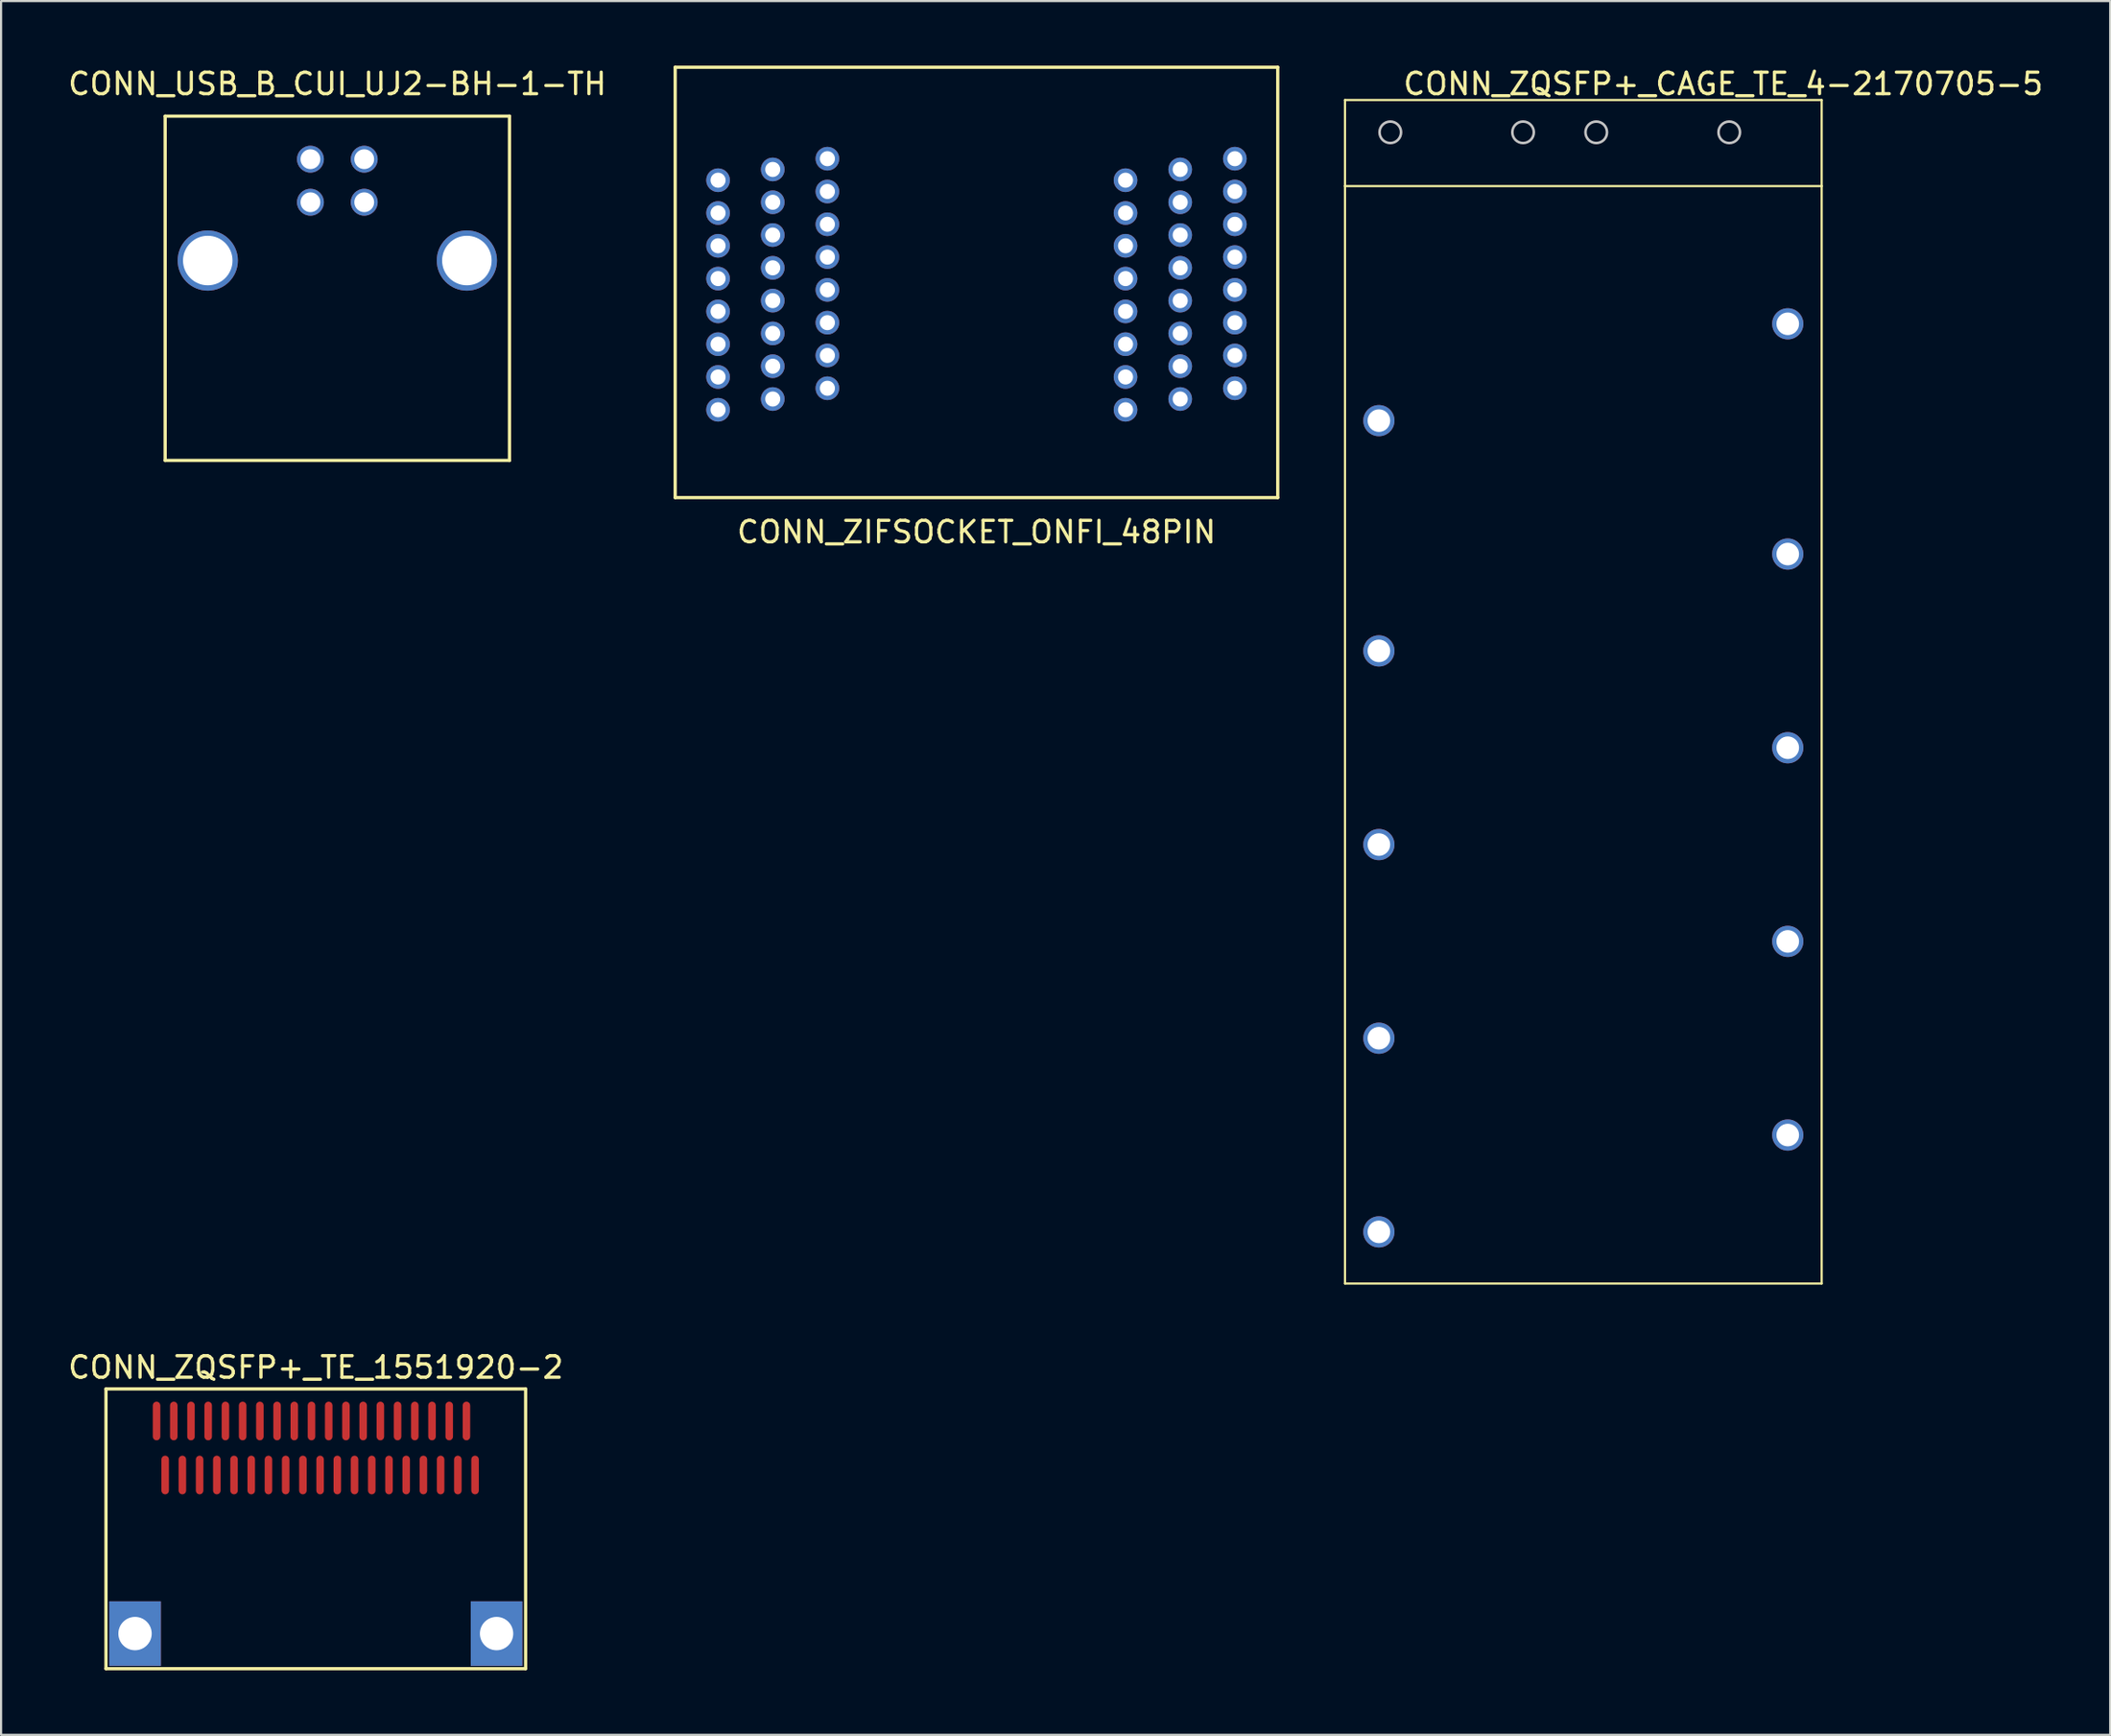
<source format=kicad_pcb>
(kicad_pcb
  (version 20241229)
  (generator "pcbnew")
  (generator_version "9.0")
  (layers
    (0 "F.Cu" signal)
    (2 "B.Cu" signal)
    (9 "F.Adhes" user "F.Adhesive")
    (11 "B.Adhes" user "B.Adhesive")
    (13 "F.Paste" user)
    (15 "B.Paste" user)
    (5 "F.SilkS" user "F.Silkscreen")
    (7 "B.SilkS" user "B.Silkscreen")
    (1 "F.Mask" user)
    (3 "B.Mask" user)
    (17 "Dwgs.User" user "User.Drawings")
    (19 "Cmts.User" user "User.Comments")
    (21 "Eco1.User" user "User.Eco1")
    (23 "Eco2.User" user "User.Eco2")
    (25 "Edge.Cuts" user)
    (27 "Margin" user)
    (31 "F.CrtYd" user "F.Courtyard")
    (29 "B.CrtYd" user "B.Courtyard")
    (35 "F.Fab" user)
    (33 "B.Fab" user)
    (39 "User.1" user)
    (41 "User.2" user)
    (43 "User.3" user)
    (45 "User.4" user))
  (footprint "CONN_ZQSFP+_TE_1551920-2"
    (layer "F.Cu")
    (at 11.625 72.867)
    (property "Reference" "CONN_ZQSFP+_TE_1551920-2" (at 0 -12.37 0) (layer "F.SilkS") (effects (font (size 1 1) (thickness 0.15))))
    (attr smd)
    (fp_line (start -9.75 -11.37) (end -9.75 1.63) (stroke (width 0.15) (type solid)) (layer "F.SilkS"))
    (fp_line (start -9.75 1.63) (end 9.75 1.63) (stroke (width 0.15) (type solid)) (layer "F.SilkS"))
    (fp_line (start 9.75 -11.37) (end -9.75 -11.37) (stroke (width 0.15) (type solid)) (layer "F.SilkS"))
    (fp_line (start 9.75 1.63) (end 9.75 -11.37) (stroke (width 0.15) (type solid)) (layer "F.SilkS"))
    (pad "" thru_hole rect (at -8.4 0) (size 2.4 3) (drill 1.55) (layers "*.Cu" "*.Mask"))
    (pad "" thru_hole rect (at 8.4 0) (size 2.4 3) (drill 1.55) (layers "*.Cu" "*.Mask"))
    (pad "1" smd roundrect (at -7 -7.37) (size 0.35 1.8) (layers "F.Cu" "F.Mask" "F.Paste") (roundrect_rratio 0.5))
    (pad "2" smd roundrect (at -6.2 -7.37) (size 0.35 1.8) (layers "F.Cu" "F.Mask" "F.Paste") (roundrect_rratio 0.5))
    (pad "3" smd roundrect (at -5.4 -7.37) (size 0.35 1.8) (layers "F.Cu" "F.Mask" "F.Paste") (roundrect_rratio 0.5))
    (pad "4" smd roundrect (at -4.6 -7.37) (size 0.35 1.8) (layers "F.Cu" "F.Mask" "F.Paste") (roundrect_rratio 0.5))
    (pad "5" smd roundrect (at -3.8 -7.37) (size 0.35 1.8) (layers "F.Cu" "F.Mask" "F.Paste") (roundrect_rratio 0.5))
    (pad "6" smd roundrect (at -3 -7.37) (size 0.35 1.8) (layers "F.Cu" "F.Mask" "F.Paste") (roundrect_rratio 0.5))
    (pad "7" smd roundrect (at -2.2 -7.37) (size 0.35 1.8) (layers "F.Cu" "F.Mask" "F.Paste") (roundrect_rratio 0.5))
    (pad "8" smd roundrect (at -1.4 -7.37) (size 0.35 1.8) (layers "F.Cu" "F.Mask" "F.Paste") (roundrect_rratio 0.5))
    (pad "9" smd roundrect (at -0.6 -7.37) (size 0.35 1.8) (layers "F.Cu" "F.Mask" "F.Paste") (roundrect_rratio 0.5))
    (pad "10" smd roundrect (at 0.2 -7.37) (size 0.35 1.8) (layers "F.Cu" "F.Mask" "F.Paste") (roundrect_rratio 0.5))
    (pad "11" smd roundrect (at 1 -7.37) (size 0.35 1.8) (layers "F.Cu" "F.Mask" "F.Paste") (roundrect_rratio 0.5))
    (pad "12" smd roundrect (at 1.8 -7.37) (size 0.35 1.8) (layers "F.Cu" "F.Mask" "F.Paste") (roundrect_rratio 0.5))
    (pad "13" smd roundrect (at 2.6 -7.37) (size 0.35 1.8) (layers "F.Cu" "F.Mask" "F.Paste") (roundrect_rratio 0.5))
    (pad "14" smd roundrect (at 3.4 -7.37) (size 0.35 1.8) (layers "F.Cu" "F.Mask" "F.Paste") (roundrect_rratio 0.5))
    (pad "15" smd roundrect (at 4.2 -7.37) (size 0.35 1.8) (layers "F.Cu" "F.Mask" "F.Paste") (roundrect_rratio 0.5))
    (pad "16" smd roundrect (at 5 -7.37) (size 0.35 1.8) (layers "F.Cu" "F.Mask" "F.Paste") (roundrect_rratio 0.5))
    (pad "17" smd roundrect (at 5.8 -7.37) (size 0.35 1.8) (layers "F.Cu" "F.Mask" "F.Paste") (roundrect_rratio 0.5))
    (pad "18" smd roundrect (at 6.6 -7.37) (size 0.35 1.8) (layers "F.Cu" "F.Mask" "F.Paste") (roundrect_rratio 0.5))
    (pad "19" smd roundrect (at 7.4 -7.37) (size 0.35 1.8) (layers "F.Cu" "F.Mask" "F.Paste") (roundrect_rratio 0.5))
    (pad "20" smd roundrect (at 7 -9.88) (size 0.35 1.8) (layers "F.Cu" "F.Mask" "F.Paste") (roundrect_rratio 0.5))
    (pad "21" smd roundrect (at 6.2 -9.88) (size 0.35 1.8) (layers "F.Cu" "F.Mask" "F.Paste") (roundrect_rratio 0.5))
    (pad "22" smd roundrect (at 5.4 -9.88) (size 0.35 1.8) (layers "F.Cu" "F.Mask" "F.Paste") (roundrect_rratio 0.5))
    (pad "23" smd roundrect (at 4.6 -9.88) (size 0.35 1.8) (layers "F.Cu" "F.Mask" "F.Paste") (roundrect_rratio 0.5))
    (pad "24" smd roundrect (at 3.8 -9.88) (size 0.35 1.8) (layers "F.Cu" "F.Mask" "F.Paste") (roundrect_rratio 0.5))
    (pad "25" smd roundrect (at 3 -9.88) (size 0.35 1.8) (layers "F.Cu" "F.Mask" "F.Paste") (roundrect_rratio 0.5))
    (pad "26" smd roundrect (at 2.2 -9.88) (size 0.35 1.8) (layers "F.Cu" "F.Mask" "F.Paste") (roundrect_rratio 0.5))
    (pad "27" smd roundrect (at 1.4 -9.88) (size 0.35 1.8) (layers "F.Cu" "F.Mask" "F.Paste") (roundrect_rratio 0.5))
    (pad "28" smd roundrect (at 0.6 -9.88) (size 0.35 1.8) (layers "F.Cu" "F.Mask" "F.Paste") (roundrect_rratio 0.5))
    (pad "29" smd roundrect (at -0.2 -9.88) (size 0.35 1.8) (layers "F.Cu" "F.Mask" "F.Paste") (roundrect_rratio 0.5))
    (pad "30" smd roundrect (at -1 -9.88) (size 0.35 1.8) (layers "F.Cu" "F.Mask" "F.Paste") (roundrect_rratio 0.5))
    (pad "31" smd roundrect (at -1.8 -9.88) (size 0.35 1.8) (layers "F.Cu" "F.Mask" "F.Paste") (roundrect_rratio 0.5))
    (pad "32" smd roundrect (at -2.6 -9.88) (size 0.35 1.8) (layers "F.Cu" "F.Mask" "F.Paste") (roundrect_rratio 0.5))
    (pad "33" smd roundrect (at -3.4 -9.88) (size 0.35 1.8) (layers "F.Cu" "F.Mask" "F.Paste") (roundrect_rratio 0.5))
    (pad "34" smd roundrect (at -4.2 -9.88) (size 0.35 1.8) (layers "F.Cu" "F.Mask" "F.Paste") (roundrect_rratio 0.5))
    (pad "35" smd roundrect (at -5 -9.88) (size 0.35 1.8) (layers "F.Cu" "F.Mask" "F.Paste") (roundrect_rratio 0.5))
    (pad "36" smd roundrect (at -5.8 -9.88) (size 0.35 1.8) (layers "F.Cu" "F.Mask" "F.Paste") (roundrect_rratio 0.5))
    (pad "37" smd roundrect (at -6.6 -9.88) (size 0.35 1.8) (layers "F.Cu" "F.Mask" "F.Paste") (roundrect_rratio 0.5))
    (pad "38" smd roundrect (at -7.4 -9.88) (size 0.35 1.8) (layers "F.Cu" "F.Mask" "F.Paste") (roundrect_rratio 0.5)))
  (footprint "CONN_ZQSFP+_CAGE_TE_4-2170705-5"
    (layer "F.Cu")
    (at 70.525 19.598)
    (property "Reference" "CONN_ZQSFP+_CAGE_TE_4-2170705-5" (at 6.5 -18.75 0) (layer "F.SilkS") (effects (font (size 1 1) (thickness 0.15))))
    (attr through_hole)
    (fp_line (start -11.075 -18) (end 11.075 -18) (stroke (width 0.1) (type solid)) (layer "F.SilkS"))
    (fp_line (start -11.075 -14) (end -11.075 -18) (stroke (width 0.1) (type solid)) (layer "F.SilkS"))
    (fp_line (start -11.075 -14) (end -11.075 37) (stroke (width 0.1) (type solid)) (layer "F.SilkS"))
    (fp_line (start -11.075 -14) (end 11.075 -14) (stroke (width 0.1) (type solid)) (layer "F.SilkS"))
    (fp_line (start -11.075 37) (end 11.075 37) (stroke (width 0.1) (type solid)) (layer "F.SilkS"))
    (fp_line (start 11.075 -18) (end 11.075 -14) (stroke (width 0.1) (type solid)) (layer "F.SilkS"))
    (fp_line (start 11.075 -14) (end 11.075 37) (stroke (width 0.1) (type solid)) (layer "F.SilkS"))
    (fp_circle (center -8.97 -16.5) (end -8.47 -16.5) (stroke (width 0.12) (type solid)) (fill no) (layer "Dwgs.User"))
    (fp_circle (center -2.8 -16.5) (end -2.3 -16.5) (stroke (width 0.12) (type solid)) (fill no) (layer "Dwgs.User"))
    (fp_circle (center 0.6 -16.5) (end 1.1 -16.5) (stroke (width 0.12) (type solid)) (fill no) (layer "Dwgs.User"))
    (fp_circle (center 6.78 -16.5) (end 7.28 -16.5) (stroke (width 0.12) (type solid)) (fill no) (layer "Dwgs.User"))
    (pad "1" thru_hole circle (at -9.5 -3.1) (size 1.45 1.45) (drill 1.05) (layers "*.Cu" "*.Mask"))
    (pad "1" thru_hole circle (at -9.5 7.6) (size 1.45 1.45) (drill 1.05) (layers "*.Cu" "*.Mask"))
    (pad "1" thru_hole circle (at -9.5 16.6) (size 1.45 1.45) (drill 1.05) (layers "*.Cu" "*.Mask"))
    (pad "1" thru_hole circle (at -9.5 25.6) (size 1.45 1.45) (drill 1.05) (layers "*.Cu" "*.Mask"))
    (pad "1" thru_hole circle (at -9.5 34.6) (size 1.45 1.45) (drill 1.05) (layers "*.Cu" "*.Mask"))
    (pad "1" thru_hole circle (at 9.5 -7.6) (size 1.45 1.45) (drill 1.05) (layers "*.Cu" "*.Mask"))
    (pad "1" thru_hole circle (at 9.5 3.1) (size 1.45 1.45) (drill 1.05) (layers "*.Cu" "*.Mask"))
    (pad "1" thru_hole circle (at 9.5 12.1) (size 1.45 1.45) (drill 1.05) (layers "*.Cu" "*.Mask"))
    (pad "1" thru_hole circle (at 9.5 21.1) (size 1.45 1.45) (drill 1.05) (layers "*.Cu" "*.Mask"))
    (pad "1" thru_hole circle (at 9.5 30.1) (size 1.45 1.45) (drill 1.05) (layers "*.Cu" "*.Mask")))
  (footprint "CONN_USB_B_CUI_UJ2-BH-1-TH"
    (layer "F.Cu")
    (at 12.625 6.348)
    (property "Reference" "CONN_USB_B_CUI_UJ2-BH-1-TH" (at 0 -5.5 0) (layer "F.SilkS") (effects (font (size 1 1) (thickness 0.15))))
    (attr through_hole)
    (fp_line (start -8 -4) (end -8 12) (stroke (width 0.15) (type solid)) (layer "F.SilkS"))
    (fp_line (start -8 -4) (end 8 -4) (stroke (width 0.15) (type solid)) (layer "F.SilkS"))
    (fp_line (start -8 12) (end 8 12) (stroke (width 0.15) (type solid)) (layer "F.SilkS"))
    (fp_line (start 8 12) (end 8 -4) (stroke (width 0.15) (type solid)) (layer "F.SilkS"))
    (pad "1" thru_hole circle (at 1.25 -2) (size 1.25 1.25) (drill 0.92) (layers "*.Cu" "*.Mask"))
    (pad "2" thru_hole circle (at -1.25 -2) (size 1.25 1.25) (drill 0.92) (layers "*.Cu" "*.Mask"))
    (pad "3" thru_hole circle (at -1.25 0) (size 1.25 1.25) (drill 0.92) (layers "*.Cu" "*.Mask"))
    (pad "4" thru_hole circle (at 1.25 0) (size 1.25 1.25) (drill 0.92) (layers "*.Cu" "*.Mask"))
    (pad "5" thru_hole circle (at -6.02 2.71) (size 2.8 2.8) (drill 2.3) (layers "*.Cu" "*.Mask"))
    (pad "5" thru_hole circle (at 6.02 2.71) (size 2.8 2.8) (drill 2.3) (layers "*.Cu" "*.Mask")))
  (footprint "CONN_ZIFSOCKET_ONFI_48PIN"
    (layer "F.Cu")
    (at 42.325 10.075)
    (property "Reference" "CONN_ZIFSOCKET_ONFI_48PIN" (at 0 11.6 0) (unlocked yes) (layer "F.SilkS") (effects (font (size 1 1) (thickness 0.15))))
    (attr smd)
    (fp_line (start -14 -10) (end -14 10) (stroke (width 0.15) (type default)) (layer "F.SilkS"))
    (fp_line (start -14 10) (end 14 10) (stroke (width 0.15) (type default)) (layer "F.SilkS"))
    (fp_line (start 14 -10) (end -14 -10) (stroke (width 0.15) (type default)) (layer "F.SilkS"))
    (fp_line (start 14 10) (end 14 -10) (stroke (width 0.15) (type default)) (layer "F.SilkS"))
    (pad "A1" thru_hole circle (at -12.007 -4.75) (size 1.1 1.1) (drill 0.7) (layers "*.Cu" "*.Mask"))
    (pad "A2" thru_hole circle (at -12.007 -3.226) (size 1.1 1.1) (drill 0.7) (layers "*.Cu" "*.Mask"))
    (pad "A3" thru_hole circle (at -12.007 -1.702) (size 1.1 1.1) (drill 0.7) (layers "*.Cu" "*.Mask"))
    (pad "A4" thru_hole circle (at -12.007 -0.178) (size 1.1 1.1) (drill 0.7) (layers "*.Cu" "*.Mask"))
    (pad "A5" thru_hole circle (at -12.007 1.346) (size 1.1 1.1) (drill 0.7) (layers "*.Cu" "*.Mask"))
    (pad "A6" thru_hole circle (at -12.007 2.87) (size 1.1 1.1) (drill 0.7) (layers "*.Cu" "*.Mask"))
    (pad "A7" thru_hole circle (at -12.007 4.394) (size 1.1 1.1) (drill 0.7) (layers "*.Cu" "*.Mask"))
    (pad "A8" thru_hole circle (at -12.007 5.918) (size 1.1 1.1) (drill 0.7) (layers "*.Cu" "*.Mask"))
    (pad "B1" thru_hole circle (at -9.467 -5.25) (size 1.1 1.1) (drill 0.7) (layers "*.Cu" "*.Mask"))
    (pad "B2" thru_hole circle (at -9.467 -3.726) (size 1.1 1.1) (drill 0.7) (layers "*.Cu" "*.Mask"))
    (pad "B3" thru_hole circle (at -9.467 -2.202) (size 1.1 1.1) (drill 0.7) (layers "*.Cu" "*.Mask"))
    (pad "B4" thru_hole circle (at -9.467 -0.678) (size 1.1 1.1) (drill 0.7) (layers "*.Cu" "*.Mask"))
    (pad "B5" thru_hole circle (at -9.467 0.846) (size 1.1 1.1) (drill 0.7) (layers "*.Cu" "*.Mask"))
    (pad "B6" thru_hole circle (at -9.467 2.37) (size 1.1 1.1) (drill 0.7) (layers "*.Cu" "*.Mask"))
    (pad "B7" thru_hole circle (at -9.467 3.894) (size 1.1 1.1) (drill 0.7) (layers "*.Cu" "*.Mask"))
    (pad "B8" thru_hole circle (at -9.467 5.418) (size 1.1 1.1) (drill 0.7) (layers "*.Cu" "*.Mask"))
    (pad "C1" thru_hole circle (at -6.927 -5.75) (size 1.1 1.1) (drill 0.7) (layers "*.Cu" "*.Mask"))
    (pad "C2" thru_hole circle (at -6.927 -4.226) (size 1.1 1.1) (drill 0.7) (layers "*.Cu" "*.Mask"))
    (pad "C3" thru_hole circle (at -6.927 -2.702) (size 1.1 1.1) (drill 0.7) (layers "*.Cu" "*.Mask"))
    (pad "C4" thru_hole circle (at -6.927 -1.178) (size 1.1 1.1) (drill 0.7) (layers "*.Cu" "*.Mask"))
    (pad "C5" thru_hole circle (at -6.927 0.346) (size 1.1 1.1) (drill 0.7) (layers "*.Cu" "*.Mask"))
    (pad "C6" thru_hole circle (at -6.927 1.87) (size 1.1 1.1) (drill 0.7) (layers "*.Cu" "*.Mask"))
    (pad "C7" thru_hole circle (at -6.927 3.394) (size 1.1 1.1) (drill 0.7) (layers "*.Cu" "*.Mask"))
    (pad "C8" thru_hole circle (at -6.927 4.918) (size 1.1 1.1) (drill 0.7) (layers "*.Cu" "*.Mask"))
    (pad "D1" thru_hole circle (at 6.927 -4.75) (size 1.1 1.1) (drill 0.7) (layers "*.Cu" "*.Mask"))
    (pad "D2" thru_hole circle (at 6.927 -3.226) (size 1.1 1.1) (drill 0.7) (layers "*.Cu" "*.Mask"))
    (pad "D3" thru_hole circle (at 6.927 -1.702) (size 1.1 1.1) (drill 0.7) (layers "*.Cu" "*.Mask"))
    (pad "D4" thru_hole circle (at 6.927 -0.178) (size 1.1 1.1) (drill 0.7) (layers "*.Cu" "*.Mask"))
    (pad "D5" thru_hole circle (at 6.927 1.346) (size 1.1 1.1) (drill 0.7) (layers "*.Cu" "*.Mask"))
    (pad "D6" thru_hole circle (at 6.927 2.87) (size 1.1 1.1) (drill 0.7) (layers "*.Cu" "*.Mask"))
    (pad "D7" thru_hole circle (at 6.927 4.394) (size 1.1 1.1) (drill 0.7) (layers "*.Cu" "*.Mask"))
    (pad "D8" thru_hole circle (at 6.927 5.918) (size 1.1 1.1) (drill 0.7) (layers "*.Cu" "*.Mask"))
    (pad "E1" thru_hole circle (at 9.467 -5.25) (size 1.1 1.1) (drill 0.7) (layers "*.Cu" "*.Mask"))
    (pad "E2" thru_hole circle (at 9.467 -3.726) (size 1.1 1.1) (drill 0.7) (layers "*.Cu" "*.Mask"))
    (pad "E3" thru_hole circle (at 9.467 -2.202) (size 1.1 1.1) (drill 0.7) (layers "*.Cu" "*.Mask"))
    (pad "E4" thru_hole circle (at 9.467 -0.678) (size 1.1 1.1) (drill 0.7) (layers "*.Cu" "*.Mask"))
    (pad "E5" thru_hole circle (at 9.467 0.846) (size 1.1 1.1) (drill 0.7) (layers "*.Cu" "*.Mask"))
    (pad "E6" thru_hole circle (at 9.467 2.37) (size 1.1 1.1) (drill 0.7) (layers "*.Cu" "*.Mask"))
    (pad "E7" thru_hole circle (at 9.467 3.894) (size 1.1 1.1) (drill 0.7) (layers "*.Cu" "*.Mask"))
    (pad "E8" thru_hole circle (at 9.467 5.418) (size 1.1 1.1) (drill 0.7) (layers "*.Cu" "*.Mask"))
    (pad "F1" thru_hole circle (at 12.007 -5.75) (size 1.1 1.1) (drill 0.7) (layers "*.Cu" "*.Mask"))
    (pad "F2" thru_hole circle (at 12.007 -4.226) (size 1.1 1.1) (drill 0.7) (layers "*.Cu" "*.Mask"))
    (pad "F3" thru_hole circle (at 12.007 -2.702) (size 1.1 1.1) (drill 0.7) (layers "*.Cu" "*.Mask"))
    (pad "F4" thru_hole circle (at 12.007 -1.178) (size 1.1 1.1) (drill 0.7) (layers "*.Cu" "*.Mask"))
    (pad "F5" thru_hole circle (at 12.007 0.346) (size 1.1 1.1) (drill 0.7) (layers "*.Cu" "*.Mask"))
    (pad "F6" thru_hole circle (at 12.007 1.87) (size 1.1 1.1) (drill 0.7) (layers "*.Cu" "*.Mask"))
    (pad "F7" thru_hole circle (at 12.007 3.394) (size 1.1 1.1) (drill 0.7) (layers "*.Cu" "*.Mask"))
    (pad "F8" thru_hole circle (at 12.007 4.918) (size 1.1 1.1) (drill 0.7) (layers "*.Cu" "*.Mask")))
  (gr_rect
    (start -3 -3)
    (end 95.007 77.572)
    (stroke (width 0.1) (type default))
    (fill no)
    (layer "Edge.Cuts")))
</source>
